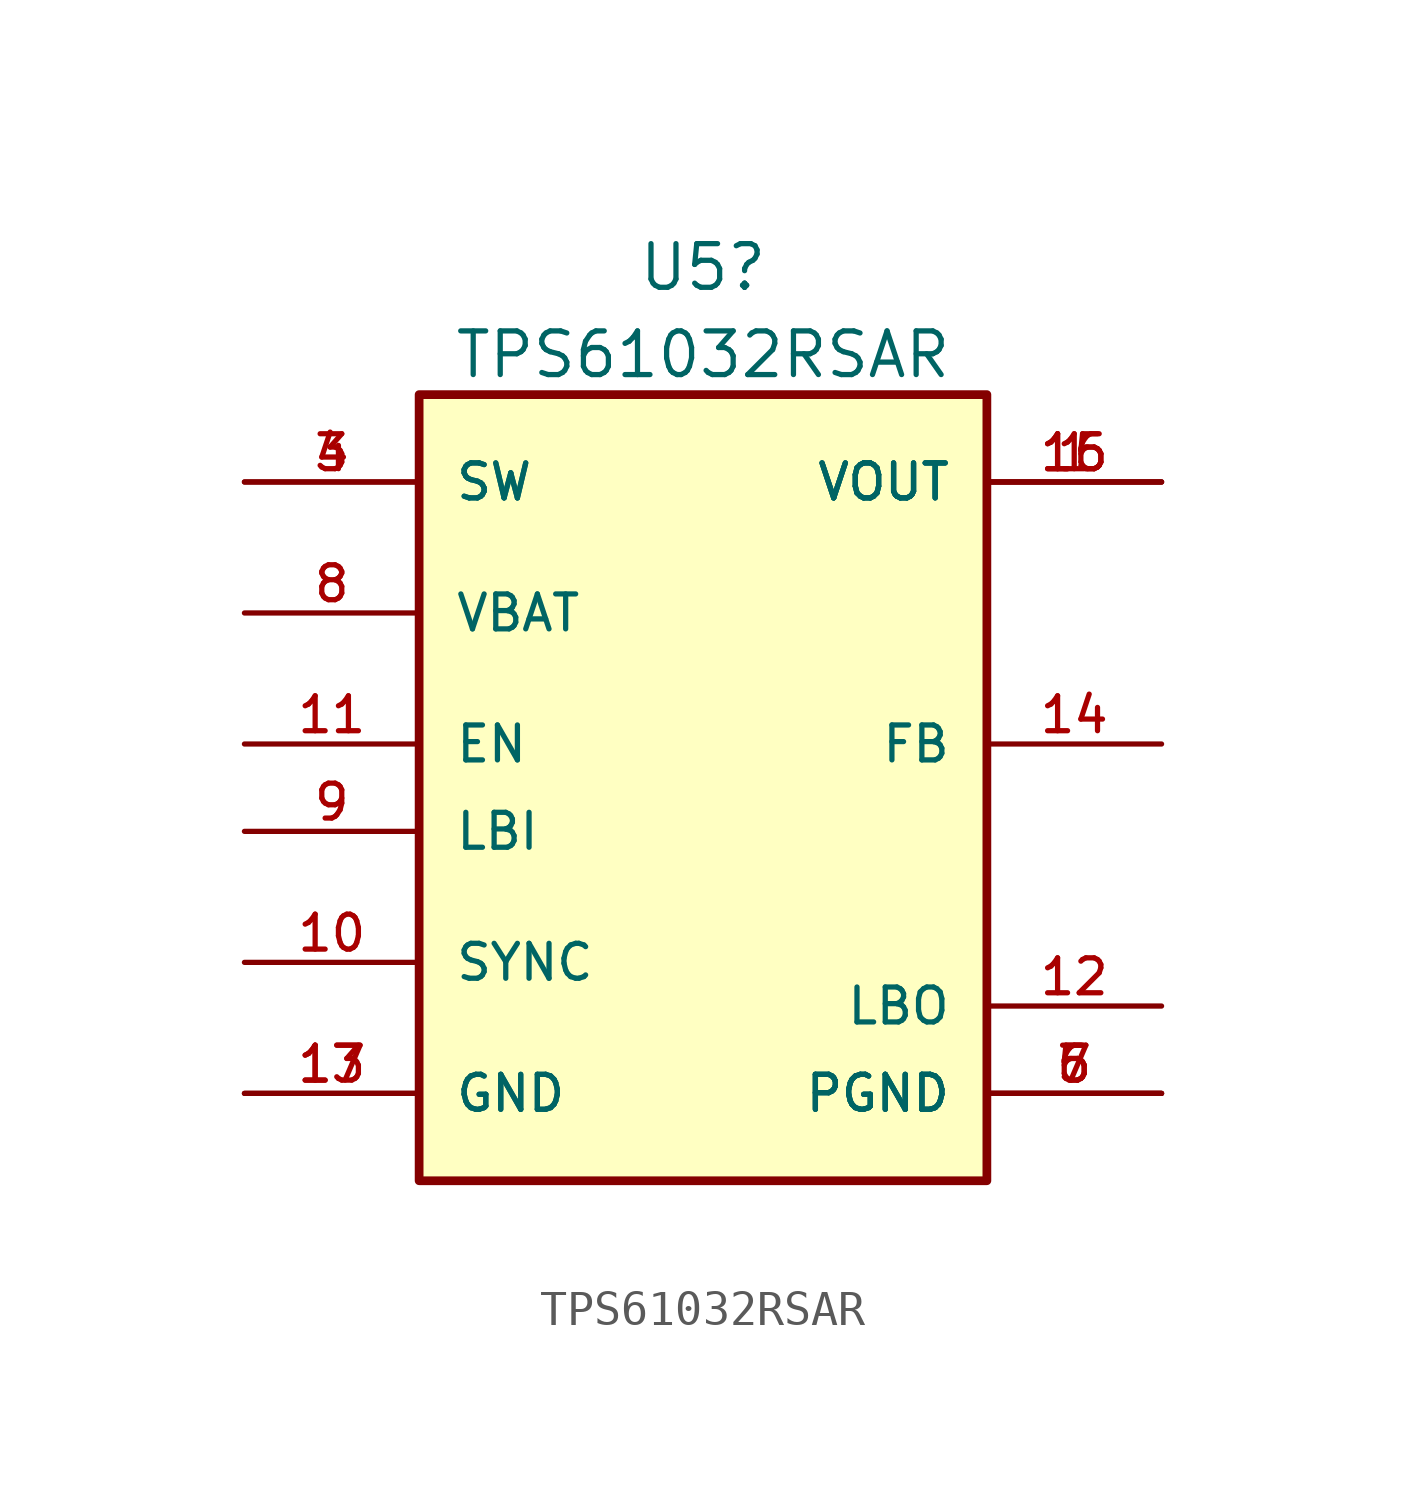
<source format=kicad_sym>
(kicad_symbol_lib
  (version 20211014)
  (generator kicad_symbol_editor)
  (symbol "TPS61032RSAR"
    (pin_names
      (offset 1.016))
    (property "Reference" "U5"
      (at -4.445 18.94 0)
      (effects (font (size 1.27 1.27))))
    (property "Value" "TPS61032RSAR"
      (at -4.445 16.403 0)
      (effects (font (size 1.27 1.27))))
    (symbol "TPS61032RSAR_0_0"
      (rectangle (start -12.7 15.24) (end 3.81 -7.62) (stroke (width 0.254) (type default) (color 0 0 0 0)) (fill (type background)))
      (pin output line (at 8.89 12.7 180) (length 5.08) (name "VOUT" (effects (font (size 1.016 1.016)))) (number "1" (effects (font (size 1.016 1.016)))))
      (pin input line (at -17.78 -1.27 0) (length 5.08) (name "SYNC" (effects (font (size 1.016 1.016)))) (number "10" (effects (font (size 1.016 1.016)))))
      (pin input line (at -17.78 5.08 0) (length 5.08) (name "EN" (effects (font (size 1.016 1.016)))) (number "11" (effects (font (size 1.016 1.016)))))
      (pin output line (at 8.89 -2.54 180) (length 5.08) (name "LBO" (effects (font (size 1.016 1.016)))) (number "12" (effects (font (size 1.016 1.016)))))
      (pin power_in line (at -17.78 -5.08 0) (length 5.08) (name "GND" (effects (font (size 1.016 1.016)))) (number "13" (effects (font (size 1.016 1.016)))))
      (pin input line (at 8.89 5.08 180) (length 5.08) (name "FB" (effects (font (size 1.016 1.016)))) (number "14" (effects (font (size 1.016 1.016)))))
      (pin output line (at 8.89 12.7 180) (length 5.08) (name "VOUT" (effects (font (size 1.016 1.016)))) (number "15" (effects (font (size 1.016 1.016)))))
      (pin output line (at 8.89 12.7 180) (length 5.08) (name "VOUT" (effects (font (size 1.016 1.016)))) (number "16" (effects (font (size 1.016 1.016)))))
      (pin power_in line (at -17.78 -5.08 0) (length 5.08) (name "GND" (effects (font (size 1.016 1.016)))) (number "17" (effects (font (size 1.016 1.016)))))
      (pin input line (at -17.78 12.7 0) (length 5.08) (name "SW" (effects (font (size 1.016 1.016)))) (number "3" (effects (font (size 1.016 1.016)))))
      (pin input line (at -17.78 12.7 0) (length 5.08) (name "SW" (effects (font (size 1.016 1.016)))) (number "4" (effects (font (size 1.016 1.016)))))
      (pin power_in line (at 8.89 -5.08 180) (length 5.08) (name "PGND" (effects (font (size 1.016 1.016)))) (number "5" (effects (font (size 1.016 1.016)))))
      (pin power_in line (at 8.89 -5.08 180) (length 5.08) (name "PGND" (effects (font (size 1.016 1.016)))) (number "6" (effects (font (size 1.016 1.016)))))
      (pin power_in line (at 8.89 -5.08 180) (length 5.08) (name "PGND" (effects (font (size 1.016 1.016)))) (number "7" (effects (font (size 1.016 1.016)))))
      (pin power_in line (at -17.78 8.89 0) (length 5.08) (name "VBAT" (effects (font (size 1.016 1.016)))) (number "8" (effects (font (size 1.016 1.016)))))
      (pin input line (at -17.78 2.54 0) (length 5.08) (name "LBI" (effects (font (size 1.016 1.016)))) (number "9" (effects (font (size 1.016 1.016))))))))
</source>
